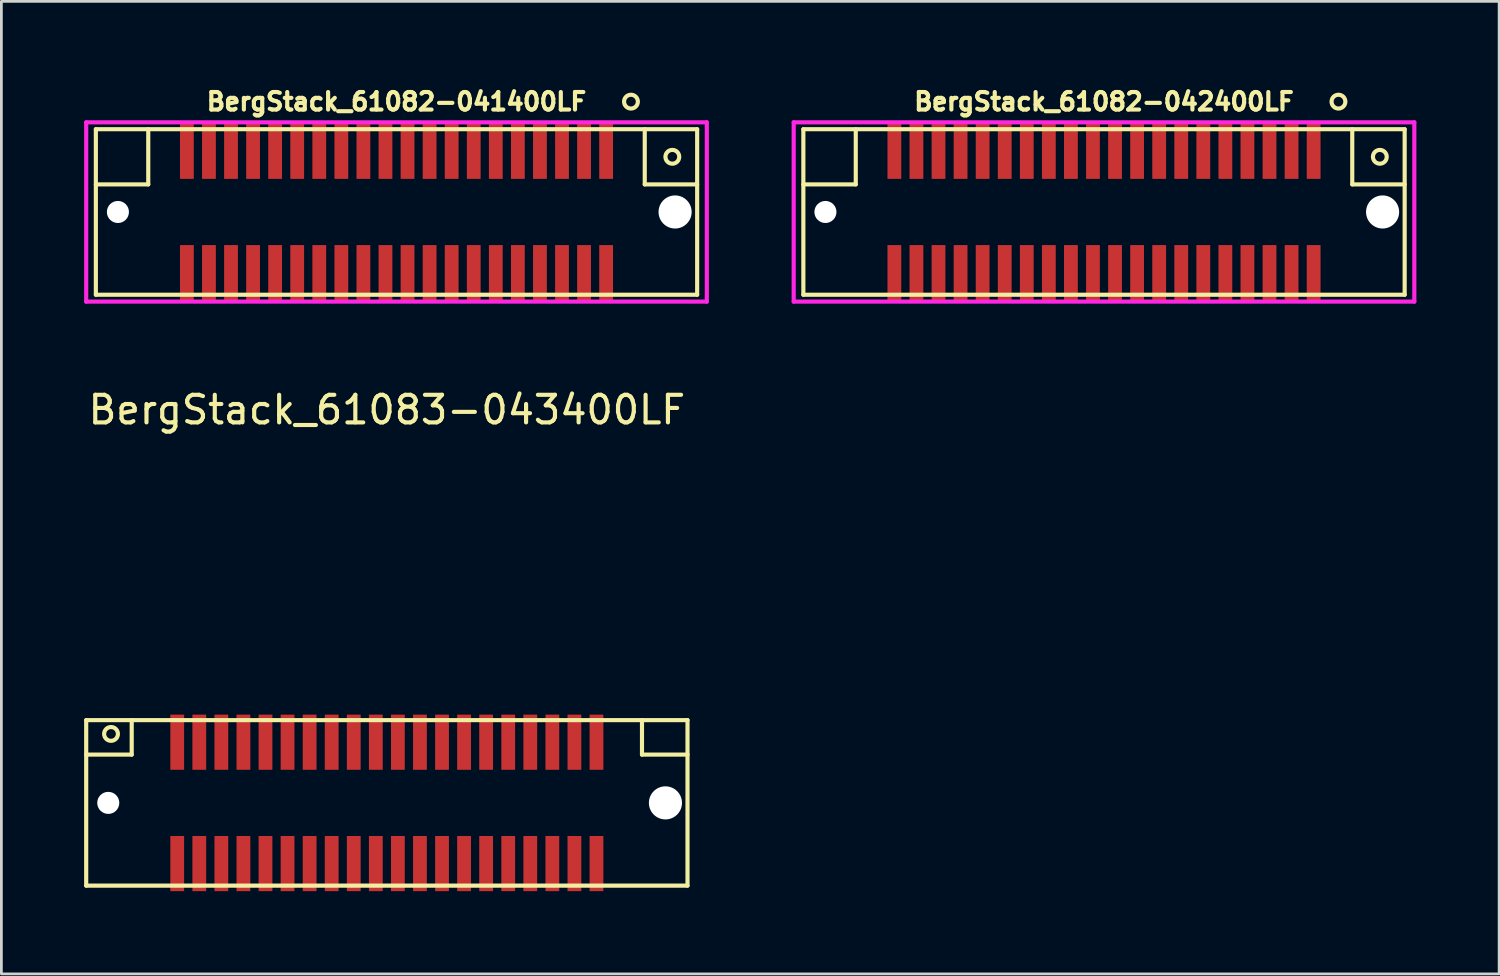
<source format=kicad_pcb>
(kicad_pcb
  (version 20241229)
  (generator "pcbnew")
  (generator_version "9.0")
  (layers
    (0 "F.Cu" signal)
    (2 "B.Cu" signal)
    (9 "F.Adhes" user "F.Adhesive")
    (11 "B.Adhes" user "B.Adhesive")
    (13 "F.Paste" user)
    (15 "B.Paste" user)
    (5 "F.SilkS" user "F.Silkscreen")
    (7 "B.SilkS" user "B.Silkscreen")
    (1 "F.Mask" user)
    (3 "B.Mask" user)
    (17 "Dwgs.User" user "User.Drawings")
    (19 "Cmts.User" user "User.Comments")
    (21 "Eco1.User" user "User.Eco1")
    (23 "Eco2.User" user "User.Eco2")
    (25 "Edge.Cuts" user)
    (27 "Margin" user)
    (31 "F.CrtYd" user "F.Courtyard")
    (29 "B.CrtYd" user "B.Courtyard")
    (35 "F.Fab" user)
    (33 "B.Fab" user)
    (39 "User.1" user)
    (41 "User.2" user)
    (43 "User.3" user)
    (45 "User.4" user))
  (footprint "BergStack_61083-043400LF"
    (layer "F.Cu")
    (at 10.975 26.058)
    (property "Reference" "BergStack_61083-043400LF" (at 0 -14.25 0) (layer "F.SilkS") (effects (font (size 1 1) (thickness 0.15))))
    (attr through_hole)
    (fp_line (start -10.9 -3) (end -10.9 3) (stroke (width 0.15) (type solid)) (layer "F.SilkS"))
    (fp_line (start -10.9 -3) (end 10.9 -3) (stroke (width 0.15) (type solid)) (layer "F.SilkS"))
    (fp_line (start -10.9 -1.75) (end -9.25 -1.75) (stroke (width 0.15) (type solid)) (layer "F.SilkS"))
    (fp_line (start -10.9 3) (end 10.9 3) (stroke (width 0.15) (type solid)) (layer "F.SilkS"))
    (fp_line (start -9.25 -1.75) (end -9.25 -3) (stroke (width 0.15) (type solid)) (layer "F.SilkS"))
    (fp_line (start 9.25 -1.75) (end 9.25 -3) (stroke (width 0.15) (type solid)) (layer "F.SilkS"))
    (fp_line (start 10.9 -3) (end 10.9 3) (stroke (width 0.15) (type solid)) (layer "F.SilkS"))
    (fp_line (start 10.9 -1.75) (end 9.25 -1.75) (stroke (width 0.15) (type solid)) (layer "F.SilkS"))
    (fp_circle (center -10 -2.5) (end -10 -2.25) (stroke (width 0.15) (type solid)) (fill no) (layer "F.SilkS"))
    (pad "" np_thru_hole circle (at -10.1 0) (size 0.8 0.8) (drill 0.8) (layers "*.Cu" "*.Mask"))
    (pad "" np_thru_hole circle (at 10.1 0) (size 1.2 1.2) (drill 1.2) (layers "*.Cu" "*.Mask"))
    (pad "1" smd rect (at -7.6 -2.2) (size 0.5 2) (layers "F.Cu" "F.Mask" "F.Paste"))
    (pad "2" smd rect (at -7.6 2.2) (size 0.5 2) (layers "F.Cu" "F.Mask" "F.Paste"))
    (pad "3" smd rect (at -6.8 -2.2) (size 0.5 2) (layers "F.Cu" "F.Mask" "F.Paste"))
    (pad "4" smd rect (at -6.8 2.2) (size 0.5 2) (layers "F.Cu" "F.Mask" "F.Paste"))
    (pad "5" smd rect (at -6 -2.2) (size 0.5 2) (layers "F.Cu" "F.Mask" "F.Paste"))
    (pad "6" smd rect (at -6 2.2) (size 0.5 2) (layers "F.Cu" "F.Mask" "F.Paste"))
    (pad "7" smd rect (at -5.2 -2.2) (size 0.5 2) (layers "F.Cu" "F.Mask" "F.Paste"))
    (pad "8" smd rect (at -5.2 2.2) (size 0.5 2) (layers "F.Cu" "F.Mask" "F.Paste"))
    (pad "9" smd rect (at -4.4 -2.2) (size 0.5 2) (layers "F.Cu" "F.Mask" "F.Paste"))
    (pad "10" smd rect (at -4.4 2.2) (size 0.5 2) (layers "F.Cu" "F.Mask" "F.Paste"))
    (pad "11" smd rect (at -3.6 -2.2) (size 0.5 2) (layers "F.Cu" "F.Mask" "F.Paste"))
    (pad "12" smd rect (at -3.6 2.2) (size 0.5 2) (layers "F.Cu" "F.Mask" "F.Paste"))
    (pad "13" smd rect (at -2.8 -2.2) (size 0.5 2) (layers "F.Cu" "F.Mask" "F.Paste"))
    (pad "14" smd rect (at -2.8 2.2) (size 0.5 2) (layers "F.Cu" "F.Mask" "F.Paste"))
    (pad "15" smd rect (at -2 -2.2) (size 0.5 2) (layers "F.Cu" "F.Mask" "F.Paste"))
    (pad "16" smd rect (at -2 2.2) (size 0.5 2) (layers "F.Cu" "F.Mask" "F.Paste"))
    (pad "17" smd rect (at -1.2 -2.2) (size 0.5 2) (layers "F.Cu" "F.Mask" "F.Paste"))
    (pad "18" smd rect (at -1.2 2.2) (size 0.5 2) (layers "F.Cu" "F.Mask" "F.Paste"))
    (pad "19" smd rect (at -0.4 -2.2) (size 0.5 2) (layers "F.Cu" "F.Mask" "F.Paste"))
    (pad "20" smd rect (at -0.4 2.2) (size 0.5 2) (layers "F.Cu" "F.Mask" "F.Paste"))
    (pad "21" smd rect (at 0.4 -2.2) (size 0.5 2) (layers "F.Cu" "F.Mask" "F.Paste"))
    (pad "22" smd rect (at 0.4 2.2) (size 0.5 2) (layers "F.Cu" "F.Mask" "F.Paste"))
    (pad "23" smd rect (at 1.2 -2.2) (size 0.5 2) (layers "F.Cu" "F.Mask" "F.Paste"))
    (pad "24" smd rect (at 1.2 2.2) (size 0.5 2) (layers "F.Cu" "F.Mask" "F.Paste"))
    (pad "25" smd rect (at 2 -2.2) (size 0.5 2) (layers "F.Cu" "F.Mask" "F.Paste"))
    (pad "26" smd rect (at 2 2.2) (size 0.5 2) (layers "F.Cu" "F.Mask" "F.Paste"))
    (pad "27" smd rect (at 2.8 -2.2) (size 0.5 2) (layers "F.Cu" "F.Mask" "F.Paste"))
    (pad "28" smd rect (at 2.8 2.2) (size 0.5 2) (layers "F.Cu" "F.Mask" "F.Paste"))
    (pad "29" smd rect (at 3.6 -2.2) (size 0.5 2) (layers "F.Cu" "F.Mask" "F.Paste"))
    (pad "30" smd rect (at 3.6 2.2) (size 0.5 2) (layers "F.Cu" "F.Mask" "F.Paste"))
    (pad "31" smd rect (at 4.4 -2.2) (size 0.5 2) (layers "F.Cu" "F.Mask" "F.Paste"))
    (pad "32" smd rect (at 4.4 2.2) (size 0.5 2) (layers "F.Cu" "F.Mask" "F.Paste"))
    (pad "33" smd rect (at 5.2 -2.2) (size 0.5 2) (layers "F.Cu" "F.Mask" "F.Paste"))
    (pad "34" smd rect (at 5.2 2.2) (size 0.5 2) (layers "F.Cu" "F.Mask" "F.Paste"))
    (pad "35" smd rect (at 6 -2.2) (size 0.5 2) (layers "F.Cu" "F.Mask" "F.Paste"))
    (pad "36" smd rect (at 6 2.2) (size 0.5 2) (layers "F.Cu" "F.Mask" "F.Paste"))
    (pad "37" smd rect (at 6.8 -2.2) (size 0.5 2) (layers "F.Cu" "F.Mask" "F.Paste"))
    (pad "38" smd rect (at 6.8 2.2) (size 0.5 2) (layers "F.Cu" "F.Mask" "F.Paste"))
    (pad "39" smd rect (at 7.6 -2.2) (size 0.5 2) (layers "F.Cu" "F.Mask" "F.Paste"))
    (pad "40" smd rect (at 7.6 2.2) (size 0.5 2) (layers "F.Cu" "F.Mask" "F.Paste")))
  (footprint "BergStack_61082-042400LF"
    (layer "F.Cu")
    (at 36.975 4.635)
    (property "Reference" "BergStack_61082-042400LF" (at 0 -4 0) (layer "F.SilkS") (effects (font (size 0.635 0.635) (thickness 0.15))))
    (attr through_hole)
    (fp_line (start -10.9 -3) (end 10.9 -3) (stroke (width 0.15) (type solid)) (layer "F.SilkS"))
    (fp_line (start -10.9 3) (end -10.9 -3) (stroke (width 0.15) (type solid)) (layer "F.SilkS"))
    (fp_line (start -9 -3) (end -9 -1) (stroke (width 0.15) (type solid)) (layer "F.SilkS"))
    (fp_line (start -9 -1) (end -10.9 -1) (stroke (width 0.15) (type solid)) (layer "F.SilkS"))
    (fp_line (start 9 -3) (end 9 -1) (stroke (width 0.15) (type solid)) (layer "F.SilkS"))
    (fp_line (start 9 -1) (end 10.9 -1) (stroke (width 0.15) (type solid)) (layer "F.SilkS"))
    (fp_line (start 10.9 -3) (end 10.9 3) (stroke (width 0.15) (type solid)) (layer "F.SilkS"))
    (fp_line (start 10.9 3) (end -10.9 3) (stroke (width 0.15) (type solid)) (layer "F.SilkS"))
    (fp_circle (center 8.5 -4) (end 8.75 -4) (stroke (width 0.15) (type solid)) (fill no) (layer "F.SilkS"))
    (fp_circle (center 10 -2) (end 10.25 -2) (stroke (width 0.15) (type solid)) (fill no) (layer "F.SilkS"))
    (fp_line (start -11.25 -3.25) (end 11.25 -3.25) (stroke (width 0.15) (type solid)) (layer "F.CrtYd"))
    (fp_line (start -11.25 3.25) (end -11.25 -3.25) (stroke (width 0.15) (type solid)) (layer "F.CrtYd"))
    (fp_line (start 11.25 -3.25) (end 11.25 3.25) (stroke (width 0.15) (type solid)) (layer "F.CrtYd"))
    (fp_line (start 11.25 3.25) (end -11.25 3.25) (stroke (width 0.15) (type solid)) (layer "F.CrtYd"))
    (pad "" np_thru_hole circle (at -10.1 0) (size 0.8 0.8) (drill 0.8) (layers "*.Cu" "*.Mask"))
    (pad "" np_thru_hole circle (at 10.1 0) (size 1.2 1.2) (drill 1.2) (layers "*.Cu" "*.Mask"))
    (pad "1" smd rect (at 7.6 -2.2) (size 0.5 2) (layers "F.Cu" "F.Mask" "F.Paste"))
    (pad "2" smd rect (at 7.6 2.2) (size 0.5 2) (layers "F.Cu" "F.Mask" "F.Paste"))
    (pad "3" smd rect (at 6.8 -2.2) (size 0.5 2) (layers "F.Cu" "F.Mask" "F.Paste"))
    (pad "4" smd rect (at 6.8 2.2) (size 0.5 2) (layers "F.Cu" "F.Mask" "F.Paste"))
    (pad "5" smd rect (at 6 -2.2) (size 0.5 2) (layers "F.Cu" "F.Mask" "F.Paste"))
    (pad "6" smd rect (at 6 2.2) (size 0.5 2) (layers "F.Cu" "F.Mask" "F.Paste"))
    (pad "7" smd rect (at 5.2 -2.2) (size 0.5 2) (layers "F.Cu" "F.Mask" "F.Paste"))
    (pad "8" smd rect (at 5.2 2.2) (size 0.5 2) (layers "F.Cu" "F.Mask" "F.Paste"))
    (pad "9" smd rect (at 4.4 -2.2) (size 0.5 2) (layers "F.Cu" "F.Mask" "F.Paste"))
    (pad "10" smd rect (at 4.4 2.2) (size 0.5 2) (layers "F.Cu" "F.Mask" "F.Paste"))
    (pad "11" smd rect (at 3.6 -2.2) (size 0.5 2) (layers "F.Cu" "F.Mask" "F.Paste"))
    (pad "12" smd rect (at 3.6 2.2) (size 0.5 2) (layers "F.Cu" "F.Mask" "F.Paste"))
    (pad "13" smd rect (at 2.8 -2.2) (size 0.5 2) (layers "F.Cu" "F.Mask" "F.Paste"))
    (pad "14" smd rect (at 2.8 2.2) (size 0.5 2) (layers "F.Cu" "F.Mask" "F.Paste"))
    (pad "15" smd rect (at 2 -2.2) (size 0.5 2) (layers "F.Cu" "F.Mask" "F.Paste"))
    (pad "16" smd rect (at 2 2.2) (size 0.5 2) (layers "F.Cu" "F.Mask" "F.Paste"))
    (pad "17" smd rect (at 1.2 -2.2) (size 0.5 2) (layers "F.Cu" "F.Mask" "F.Paste"))
    (pad "18" smd rect (at 1.2 2.2) (size 0.5 2) (layers "F.Cu" "F.Mask" "F.Paste"))
    (pad "19" smd rect (at 0.4 -2.2) (size 0.5 2) (layers "F.Cu" "F.Mask" "F.Paste"))
    (pad "20" smd rect (at 0.4 2.2) (size 0.5 2) (layers "F.Cu" "F.Mask" "F.Paste"))
    (pad "21" smd rect (at -0.4 -2.2) (size 0.5 2) (layers "F.Cu" "F.Mask" "F.Paste"))
    (pad "22" smd rect (at -0.4 2.2) (size 0.5 2) (layers "F.Cu" "F.Mask" "F.Paste"))
    (pad "23" smd rect (at -1.2 -2.2) (size 0.5 2) (layers "F.Cu" "F.Mask" "F.Paste"))
    (pad "24" smd rect (at -1.2 2.2) (size 0.5 2) (layers "F.Cu" "F.Mask" "F.Paste"))
    (pad "25" smd rect (at -2 -2.2) (size 0.5 2) (layers "F.Cu" "F.Mask" "F.Paste"))
    (pad "26" smd rect (at -2 2.2) (size 0.5 2) (layers "F.Cu" "F.Mask" "F.Paste"))
    (pad "27" smd rect (at -2.8 -2.2) (size 0.5 2) (layers "F.Cu" "F.Mask" "F.Paste"))
    (pad "28" smd rect (at -2.8 2.2) (size 0.5 2) (layers "F.Cu" "F.Mask" "F.Paste"))
    (pad "29" smd rect (at -3.6 -2.2) (size 0.5 2) (layers "F.Cu" "F.Mask" "F.Paste"))
    (pad "30" smd rect (at -3.6 2.2) (size 0.5 2) (layers "F.Cu" "F.Mask" "F.Paste"))
    (pad "31" smd rect (at -4.4 -2.2) (size 0.5 2) (layers "F.Cu" "F.Mask" "F.Paste"))
    (pad "32" smd rect (at -4.4 2.2) (size 0.5 2) (layers "F.Cu" "F.Mask" "F.Paste"))
    (pad "33" smd rect (at -5.2 -2.2) (size 0.5 2) (layers "F.Cu" "F.Mask" "F.Paste"))
    (pad "34" smd rect (at -5.2 2.2) (size 0.5 2) (layers "F.Cu" "F.Mask" "F.Paste"))
    (pad "35" smd rect (at -6 -2.2) (size 0.5 2) (layers "F.Cu" "F.Mask" "F.Paste"))
    (pad "36" smd rect (at -6 2.2) (size 0.5 2) (layers "F.Cu" "F.Mask" "F.Paste"))
    (pad "37" smd rect (at -6.8 -2.2) (size 0.5 2) (layers "F.Cu" "F.Mask" "F.Paste"))
    (pad "38" smd rect (at -6.8 2.2) (size 0.5 2) (layers "F.Cu" "F.Mask" "F.Paste"))
    (pad "39" smd rect (at -7.6 -2.2) (size 0.5 2) (layers "F.Cu" "F.Mask" "F.Paste"))
    (pad "40" smd rect (at -7.6 2.2) (size 0.5 2) (layers "F.Cu" "F.Mask" "F.Paste")))
  (footprint "BergStack_61082-041400LF"
    (layer "F.Cu")
    (at 11.325 4.635)
    (property "Reference" "BergStack_61082-041400LF" (at 0 -4 0) (layer "F.SilkS") (effects (font (size 0.635 0.635) (thickness 0.15))))
    (attr through_hole)
    (fp_line (start -10.9 -3) (end 10.9 -3) (stroke (width 0.15) (type solid)) (layer "F.SilkS"))
    (fp_line (start -10.9 3) (end -10.9 -3) (stroke (width 0.15) (type solid)) (layer "F.SilkS"))
    (fp_line (start -9 -3) (end -9 -1) (stroke (width 0.15) (type solid)) (layer "F.SilkS"))
    (fp_line (start -9 -1) (end -10.9 -1) (stroke (width 0.15) (type solid)) (layer "F.SilkS"))
    (fp_line (start 9 -3) (end 9 -1) (stroke (width 0.15) (type solid)) (layer "F.SilkS"))
    (fp_line (start 9 -1) (end 10.9 -1) (stroke (width 0.15) (type solid)) (layer "F.SilkS"))
    (fp_line (start 10.9 -3) (end 10.9 3) (stroke (width 0.15) (type solid)) (layer "F.SilkS"))
    (fp_line (start 10.9 3) (end -10.9 3) (stroke (width 0.15) (type solid)) (layer "F.SilkS"))
    (fp_circle (center 8.5 -4) (end 8.75 -4) (stroke (width 0.15) (type solid)) (fill no) (layer "F.SilkS"))
    (fp_circle (center 10 -2) (end 10.25 -2) (stroke (width 0.15) (type solid)) (fill no) (layer "F.SilkS"))
    (fp_line (start -11.25 -3.25) (end 11.25 -3.25) (stroke (width 0.15) (type solid)) (layer "F.CrtYd"))
    (fp_line (start -11.25 3.25) (end -11.25 -3.25) (stroke (width 0.15) (type solid)) (layer "F.CrtYd"))
    (fp_line (start 11.25 -3.25) (end 11.25 3.25) (stroke (width 0.15) (type solid)) (layer "F.CrtYd"))
    (fp_line (start 11.25 3.25) (end -11.25 3.25) (stroke (width 0.15) (type solid)) (layer "F.CrtYd"))
    (pad "" np_thru_hole circle (at -10.1 0) (size 0.8 0.8) (drill 0.8) (layers "*.Cu" "*.Mask"))
    (pad "" np_thru_hole circle (at 10.1 0) (size 1.2 1.2) (drill 1.2) (layers "*.Cu" "*.Mask"))
    (pad "1" smd rect (at 7.6 -2.2) (size 0.5 2) (layers "F.Cu" "F.Mask" "F.Paste"))
    (pad "2" smd rect (at 7.6 2.2) (size 0.5 2) (layers "F.Cu" "F.Mask" "F.Paste"))
    (pad "3" smd rect (at 6.8 -2.2) (size 0.5 2) (layers "F.Cu" "F.Mask" "F.Paste"))
    (pad "4" smd rect (at 6.8 2.2) (size 0.5 2) (layers "F.Cu" "F.Mask" "F.Paste"))
    (pad "5" smd rect (at 6 -2.2) (size 0.5 2) (layers "F.Cu" "F.Mask" "F.Paste"))
    (pad "6" smd rect (at 6 2.2) (size 0.5 2) (layers "F.Cu" "F.Mask" "F.Paste"))
    (pad "7" smd rect (at 5.2 -2.2) (size 0.5 2) (layers "F.Cu" "F.Mask" "F.Paste"))
    (pad "8" smd rect (at 5.2 2.2) (size 0.5 2) (layers "F.Cu" "F.Mask" "F.Paste"))
    (pad "9" smd rect (at 4.4 -2.2) (size 0.5 2) (layers "F.Cu" "F.Mask" "F.Paste"))
    (pad "10" smd rect (at 4.4 2.2) (size 0.5 2) (layers "F.Cu" "F.Mask" "F.Paste"))
    (pad "11" smd rect (at 3.6 -2.2) (size 0.5 2) (layers "F.Cu" "F.Mask" "F.Paste"))
    (pad "12" smd rect (at 3.6 2.2) (size 0.5 2) (layers "F.Cu" "F.Mask" "F.Paste"))
    (pad "13" smd rect (at 2.8 -2.2) (size 0.5 2) (layers "F.Cu" "F.Mask" "F.Paste"))
    (pad "14" smd rect (at 2.8 2.2) (size 0.5 2) (layers "F.Cu" "F.Mask" "F.Paste"))
    (pad "15" smd rect (at 2 -2.2) (size 0.5 2) (layers "F.Cu" "F.Mask" "F.Paste"))
    (pad "16" smd rect (at 2 2.2) (size 0.5 2) (layers "F.Cu" "F.Mask" "F.Paste"))
    (pad "17" smd rect (at 1.2 -2.2) (size 0.5 2) (layers "F.Cu" "F.Mask" "F.Paste"))
    (pad "18" smd rect (at 1.2 2.2) (size 0.5 2) (layers "F.Cu" "F.Mask" "F.Paste"))
    (pad "19" smd rect (at 0.4 -2.2) (size 0.5 2) (layers "F.Cu" "F.Mask" "F.Paste"))
    (pad "20" smd rect (at 0.4 2.2) (size 0.5 2) (layers "F.Cu" "F.Mask" "F.Paste"))
    (pad "21" smd rect (at -0.4 -2.2) (size 0.5 2) (layers "F.Cu" "F.Mask" "F.Paste"))
    (pad "22" smd rect (at -0.4 2.2) (size 0.5 2) (layers "F.Cu" "F.Mask" "F.Paste"))
    (pad "23" smd rect (at -1.2 -2.2) (size 0.5 2) (layers "F.Cu" "F.Mask" "F.Paste"))
    (pad "24" smd rect (at -1.2 2.2) (size 0.5 2) (layers "F.Cu" "F.Mask" "F.Paste"))
    (pad "25" smd rect (at -2 -2.2) (size 0.5 2) (layers "F.Cu" "F.Mask" "F.Paste"))
    (pad "26" smd rect (at -2 2.2) (size 0.5 2) (layers "F.Cu" "F.Mask" "F.Paste"))
    (pad "27" smd rect (at -2.8 -2.2) (size 0.5 2) (layers "F.Cu" "F.Mask" "F.Paste"))
    (pad "28" smd rect (at -2.8 2.2) (size 0.5 2) (layers "F.Cu" "F.Mask" "F.Paste"))
    (pad "29" smd rect (at -3.6 -2.2) (size 0.5 2) (layers "F.Cu" "F.Mask" "F.Paste"))
    (pad "30" smd rect (at -3.6 2.2) (size 0.5 2) (layers "F.Cu" "F.Mask" "F.Paste"))
    (pad "31" smd rect (at -4.4 -2.2) (size 0.5 2) (layers "F.Cu" "F.Mask" "F.Paste"))
    (pad "32" smd rect (at -4.4 2.2) (size 0.5 2) (layers "F.Cu" "F.Mask" "F.Paste"))
    (pad "33" smd rect (at -5.2 -2.2) (size 0.5 2) (layers "F.Cu" "F.Mask" "F.Paste"))
    (pad "34" smd rect (at -5.2 2.2) (size 0.5 2) (layers "F.Cu" "F.Mask" "F.Paste"))
    (pad "35" smd rect (at -6 -2.2) (size 0.5 2) (layers "F.Cu" "F.Mask" "F.Paste"))
    (pad "36" smd rect (at -6 2.2) (size 0.5 2) (layers "F.Cu" "F.Mask" "F.Paste"))
    (pad "37" smd rect (at -6.8 -2.2) (size 0.5 2) (layers "F.Cu" "F.Mask" "F.Paste"))
    (pad "38" smd rect (at -6.8 2.2) (size 0.5 2) (layers "F.Cu" "F.Mask" "F.Paste"))
    (pad "39" smd rect (at -7.6 -2.2) (size 0.5 2) (layers "F.Cu" "F.Mask" "F.Paste"))
    (pad "40" smd rect (at -7.6 2.2) (size 0.5 2) (layers "F.Cu" "F.Mask" "F.Paste")))
  (gr_rect
    (start -3 -3)
    (end 51.3 32.258)
    (stroke (width 0.1) (type default))
    (fill no)
    (layer "Edge.Cuts")))
</source>
